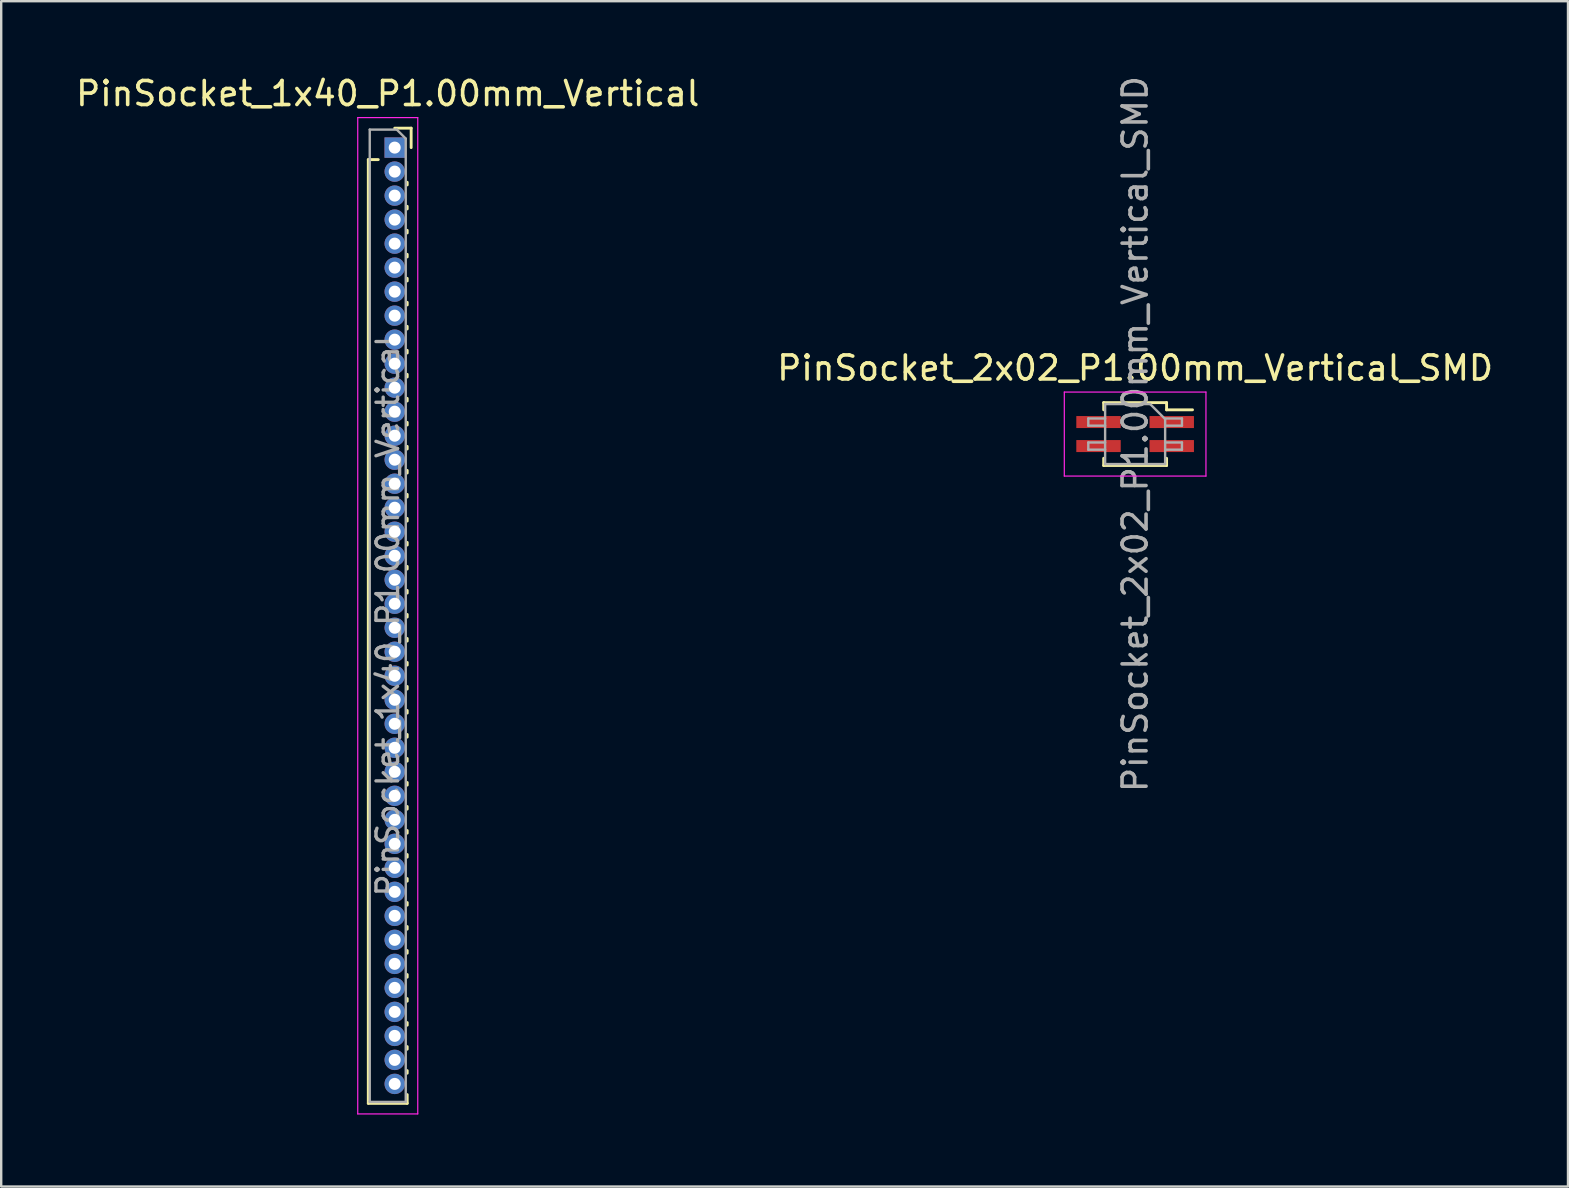
<source format=kicad_pcb>
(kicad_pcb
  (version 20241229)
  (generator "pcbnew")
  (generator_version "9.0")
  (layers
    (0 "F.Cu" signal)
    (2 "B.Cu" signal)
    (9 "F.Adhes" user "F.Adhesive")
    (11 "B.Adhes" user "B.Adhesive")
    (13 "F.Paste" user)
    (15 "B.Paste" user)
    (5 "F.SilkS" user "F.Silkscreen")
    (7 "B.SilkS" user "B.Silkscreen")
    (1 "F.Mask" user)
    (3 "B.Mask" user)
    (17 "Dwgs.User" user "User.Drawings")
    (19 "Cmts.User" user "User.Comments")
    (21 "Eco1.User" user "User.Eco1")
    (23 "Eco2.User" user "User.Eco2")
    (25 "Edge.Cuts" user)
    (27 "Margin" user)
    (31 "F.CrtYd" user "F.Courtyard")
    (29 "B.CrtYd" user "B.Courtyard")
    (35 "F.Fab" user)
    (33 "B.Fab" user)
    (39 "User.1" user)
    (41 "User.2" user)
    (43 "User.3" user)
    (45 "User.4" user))
  (footprint "PinSocket_2x02_P1.00mm_Vertical_SMD"
    (layer "F.Cu")
    (at 44.232 15.03)
    (property "Reference" "PinSocket_2x02_P1.00mm_Vertical_SMD" (at 0 -2.75 0) (layer "F.SilkS") (effects (font (size 1 1) (thickness 0.15))))
    (attr smd)
    (fp_line (start -1.31 -1.31) (end -1.31 -1.01) (stroke (width 0.12) (type solid)) (layer "F.SilkS"))
    (fp_line (start -1.31 -1.31) (end 1.31 -1.31) (stroke (width 0.12) (type solid)) (layer "F.SilkS"))
    (fp_line (start -1.31 1.01) (end -1.31 1.31) (stroke (width 0.12) (type solid)) (layer "F.SilkS"))
    (fp_line (start -1.31 1.31) (end 1.31 1.31) (stroke (width 0.12) (type solid)) (layer "F.SilkS"))
    (fp_line (start 1.31 -1.31) (end 1.31 -1.01) (stroke (width 0.12) (type solid)) (layer "F.SilkS"))
    (fp_line (start 1.31 -1.01) (end 2.39 -1.01) (stroke (width 0.12) (type solid)) (layer "F.SilkS"))
    (fp_line (start 1.31 1.01) (end 1.31 1.31) (stroke (width 0.12) (type solid)) (layer "F.SilkS"))
    (fp_line (start -2.95 -1.75) (end 2.95 -1.75) (stroke (width 0.05) (type solid)) (layer "F.CrtYd"))
    (fp_line (start -2.95 1.75) (end -2.95 -1.75) (stroke (width 0.05) (type solid)) (layer "F.CrtYd"))
    (fp_line (start 2.95 -1.75) (end 2.95 1.75) (stroke (width 0.05) (type solid)) (layer "F.CrtYd"))
    (fp_line (start 2.95 1.75) (end -2.95 1.75) (stroke (width 0.05) (type solid)) (layer "F.CrtYd"))
    (fp_line (start -1.95 -0.65) (end -1.25 -0.65) (stroke (width 0.1) (type solid)) (layer "F.Fab"))
    (fp_line (start -1.95 -0.35) (end -1.95 -0.65) (stroke (width 0.1) (type solid)) (layer "F.Fab"))
    (fp_line (start -1.95 0.35) (end -1.25 0.35) (stroke (width 0.1) (type solid)) (layer "F.Fab"))
    (fp_line (start -1.95 0.65) (end -1.95 0.35) (stroke (width 0.1) (type solid)) (layer "F.Fab"))
    (fp_line (start -1.25 -1.25) (end 0.625 -1.25) (stroke (width 0.1) (type solid)) (layer "F.Fab"))
    (fp_line (start -1.25 -0.35) (end -1.95 -0.35) (stroke (width 0.1) (type solid)) (layer "F.Fab"))
    (fp_line (start -1.25 0.65) (end -1.95 0.65) (stroke (width 0.1) (type solid)) (layer "F.Fab"))
    (fp_line (start -1.25 1.25) (end -1.25 -1.25) (stroke (width 0.1) (type solid)) (layer "F.Fab"))
    (fp_line (start 0.625 -1.25) (end 1.25 -0.625) (stroke (width 0.1) (type solid)) (layer "F.Fab"))
    (fp_line (start 1.25 -0.65) (end 1.95 -0.65) (stroke (width 0.1) (type solid)) (layer "F.Fab"))
    (fp_line (start 1.25 -0.625) (end 1.25 1.25) (stroke (width 0.1) (type solid)) (layer "F.Fab"))
    (fp_line (start 1.25 0.35) (end 1.95 0.35) (stroke (width 0.1) (type solid)) (layer "F.Fab"))
    (fp_line (start 1.25 1.25) (end -1.25 1.25) (stroke (width 0.1) (type solid)) (layer "F.Fab"))
    (fp_line (start 1.95 -0.65) (end 1.95 -0.35) (stroke (width 0.1) (type solid)) (layer "F.Fab"))
    (fp_line (start 1.95 -0.35) (end 1.25 -0.35) (stroke (width 0.1) (type solid)) (layer "F.Fab"))
    (fp_line (start 1.95 0.35) (end 1.95 0.65) (stroke (width 0.1) (type solid)) (layer "F.Fab"))
    (fp_line (start 1.95 0.65) (end 1.25 0.65) (stroke (width 0.1) (type solid)) (layer "F.Fab"))
    (fp_text user "${REFERENCE}" (at 0 0 90) (layer "F.Fab") (effects (font (size 1 1) (thickness 0.15))))
    (pad "1" smd rect (at 1.525 -0.5) (size 1.85 0.5) (layers "F.Cu" "F.Mask" "F.Paste"))
    (pad "2" smd rect (at -1.525 -0.5) (size 1.85 0.5) (layers "F.Cu" "F.Mask" "F.Paste"))
    (pad "3" smd rect (at 1.525 0.5) (size 1.85 0.5) (layers "F.Cu" "F.Mask" "F.Paste"))
    (pad "4" smd rect (at -1.525 0.5) (size 1.85 0.5) (layers "F.Cu" "F.Mask" "F.Paste")))
  (footprint "PinSocket_1x40_P1.00mm_Vertical"
    (layer "F.Cu")
    (at 13.391 3.098)
    (property "Reference" "PinSocket_1x40_P1.00mm_Vertical" (at -0.29 -2.25 0) (layer "F.SilkS") (effects (font (size 1 1) (thickness 0.15))))
    (attr through_hole)
    (fp_line (start -1.1 0.5) (end -1.1 39.81) (stroke (width 0.12) (type solid)) (layer "F.SilkS"))
    (fp_line (start -1.1 0.5) (end -0.685 0.5) (stroke (width 0.12) (type solid)) (layer "F.SilkS"))
    (fp_line (start -1.1 39.81) (end 0.52 39.81) (stroke (width 0.12) (type solid)) (layer "F.SilkS"))
    (fp_line (start 0 -0.81) (end 0.685 -0.81) (stroke (width 0.12) (type solid)) (layer "F.SilkS"))
    (fp_line (start 0.52 1.446) (end 0.52 1.554) (stroke (width 0.12) (type solid)) (layer "F.SilkS"))
    (fp_line (start 0.52 2.446) (end 0.52 2.554) (stroke (width 0.12) (type solid)) (layer "F.SilkS"))
    (fp_line (start 0.52 3.446) (end 0.52 3.554) (stroke (width 0.12) (type solid)) (layer "F.SilkS"))
    (fp_line (start 0.52 4.446) (end 0.52 4.554) (stroke (width 0.12) (type solid)) (layer "F.SilkS"))
    (fp_line (start 0.52 5.446) (end 0.52 5.554) (stroke (width 0.12) (type solid)) (layer "F.SilkS"))
    (fp_line (start 0.52 6.446) (end 0.52 6.554) (stroke (width 0.12) (type solid)) (layer "F.SilkS"))
    (fp_line (start 0.52 7.446) (end 0.52 7.554) (stroke (width 0.12) (type solid)) (layer "F.SilkS"))
    (fp_line (start 0.52 8.446) (end 0.52 8.554) (stroke (width 0.12) (type solid)) (layer "F.SilkS"))
    (fp_line (start 0.52 9.446) (end 0.52 9.554) (stroke (width 0.12) (type solid)) (layer "F.SilkS"))
    (fp_line (start 0.52 10.446) (end 0.52 10.554) (stroke (width 0.12) (type solid)) (layer "F.SilkS"))
    (fp_line (start 0.52 11.446) (end 0.52 11.554) (stroke (width 0.12) (type solid)) (layer "F.SilkS"))
    (fp_line (start 0.52 12.446) (end 0.52 12.554) (stroke (width 0.12) (type solid)) (layer "F.SilkS"))
    (fp_line (start 0.52 13.446) (end 0.52 13.554) (stroke (width 0.12) (type solid)) (layer "F.SilkS"))
    (fp_line (start 0.52 14.446) (end 0.52 14.554) (stroke (width 0.12) (type solid)) (layer "F.SilkS"))
    (fp_line (start 0.52 15.446) (end 0.52 15.554) (stroke (width 0.12) (type solid)) (layer "F.SilkS"))
    (fp_line (start 0.52 16.446) (end 0.52 16.554) (stroke (width 0.12) (type solid)) (layer "F.SilkS"))
    (fp_line (start 0.52 17.446) (end 0.52 17.554) (stroke (width 0.12) (type solid)) (layer "F.SilkS"))
    (fp_line (start 0.52 18.446) (end 0.52 18.554) (stroke (width 0.12) (type solid)) (layer "F.SilkS"))
    (fp_line (start 0.52 19.446) (end 0.52 19.554) (stroke (width 0.12) (type solid)) (layer "F.SilkS"))
    (fp_line (start 0.52 20.446) (end 0.52 20.554) (stroke (width 0.12) (type solid)) (layer "F.SilkS"))
    (fp_line (start 0.52 21.446) (end 0.52 21.554) (stroke (width 0.12) (type solid)) (layer "F.SilkS"))
    (fp_line (start 0.52 22.446) (end 0.52 22.554) (stroke (width 0.12) (type solid)) (layer "F.SilkS"))
    (fp_line (start 0.52 23.446) (end 0.52 23.554) (stroke (width 0.12) (type solid)) (layer "F.SilkS"))
    (fp_line (start 0.52 24.446) (end 0.52 24.554) (stroke (width 0.12) (type solid)) (layer "F.SilkS"))
    (fp_line (start 0.52 25.446) (end 0.52 25.554) (stroke (width 0.12) (type solid)) (layer "F.SilkS"))
    (fp_line (start 0.52 26.446) (end 0.52 26.554) (stroke (width 0.12) (type solid)) (layer "F.SilkS"))
    (fp_line (start 0.52 27.446) (end 0.52 27.554) (stroke (width 0.12) (type solid)) (layer "F.SilkS"))
    (fp_line (start 0.52 28.446) (end 0.52 28.554) (stroke (width 0.12) (type solid)) (layer "F.SilkS"))
    (fp_line (start 0.52 29.446) (end 0.52 29.554) (stroke (width 0.12) (type solid)) (layer "F.SilkS"))
    (fp_line (start 0.52 30.446) (end 0.52 30.554) (stroke (width 0.12) (type solid)) (layer "F.SilkS"))
    (fp_line (start 0.52 31.446) (end 0.52 31.554) (stroke (width 0.12) (type solid)) (layer "F.SilkS"))
    (fp_line (start 0.52 32.446) (end 0.52 32.554) (stroke (width 0.12) (type solid)) (layer "F.SilkS"))
    (fp_line (start 0.52 33.446) (end 0.52 33.554) (stroke (width 0.12) (type solid)) (layer "F.SilkS"))
    (fp_line (start 0.52 34.446) (end 0.52 34.554) (stroke (width 0.12) (type solid)) (layer "F.SilkS"))
    (fp_line (start 0.52 35.446) (end 0.52 35.554) (stroke (width 0.12) (type solid)) (layer "F.SilkS"))
    (fp_line (start 0.52 36.446) (end 0.52 36.554) (stroke (width 0.12) (type solid)) (layer "F.SilkS"))
    (fp_line (start 0.52 37.446) (end 0.52 37.554) (stroke (width 0.12) (type solid)) (layer "F.SilkS"))
    (fp_line (start 0.52 38.446) (end 0.52 38.554) (stroke (width 0.12) (type solid)) (layer "F.SilkS"))
    (fp_line (start 0.52 39.446) (end 0.52 39.81) (stroke (width 0.12) (type solid)) (layer "F.SilkS"))
    (fp_line (start 0.685 -0.81) (end 0.685 0) (stroke (width 0.12) (type solid)) (layer "F.SilkS"))
    (fp_line (start -1.54 -1.25) (end 0.96 -1.25) (stroke (width 0.05) (type solid)) (layer "F.CrtYd"))
    (fp_line (start -1.54 40.25) (end -1.54 -1.25) (stroke (width 0.05) (type solid)) (layer "F.CrtYd"))
    (fp_line (start 0.96 -1.25) (end 0.96 40.25) (stroke (width 0.05) (type solid)) (layer "F.CrtYd"))
    (fp_line (start 0.96 40.25) (end -1.54 40.25) (stroke (width 0.05) (type solid)) (layer "F.CrtYd"))
    (fp_line (start -1.04 -0.75) (end 0.085 -0.75) (stroke (width 0.1) (type solid)) (layer "F.Fab"))
    (fp_line (start -1.04 39.75) (end -1.04 -0.75) (stroke (width 0.1) (type solid)) (layer "F.Fab"))
    (fp_line (start 0.085 -0.75) (end 0.46 -0.375) (stroke (width 0.1) (type solid)) (layer "F.Fab"))
    (fp_line (start 0.46 -0.375) (end 0.46 39.75) (stroke (width 0.1) (type solid)) (layer "F.Fab"))
    (fp_line (start 0.46 39.75) (end -1.04 39.75) (stroke (width 0.1) (type solid)) (layer "F.Fab"))
    (fp_text user "${REFERENCE}" (at -0.29 19.5 90) (layer "F.Fab") (effects (font (size 0.9 0.9) (thickness 0.14))))
    (pad "1" thru_hole rect (at 0 0) (size 0.85 0.85) (drill 0.5) (layers "*.Cu" "*.Mask"))
    (pad "2" thru_hole oval (at 0 1) (size 0.85 0.85) (drill 0.5) (layers "*.Cu" "*.Mask"))
    (pad "3" thru_hole oval (at 0 2) (size 0.85 0.85) (drill 0.5) (layers "*.Cu" "*.Mask"))
    (pad "4" thru_hole oval (at 0 3) (size 0.85 0.85) (drill 0.5) (layers "*.Cu" "*.Mask"))
    (pad "5" thru_hole oval (at 0 4) (size 0.85 0.85) (drill 0.5) (layers "*.Cu" "*.Mask"))
    (pad "6" thru_hole oval (at 0 5) (size 0.85 0.85) (drill 0.5) (layers "*.Cu" "*.Mask"))
    (pad "7" thru_hole oval (at 0 6) (size 0.85 0.85) (drill 0.5) (layers "*.Cu" "*.Mask"))
    (pad "8" thru_hole oval (at 0 7) (size 0.85 0.85) (drill 0.5) (layers "*.Cu" "*.Mask"))
    (pad "9" thru_hole oval (at 0 8) (size 0.85 0.85) (drill 0.5) (layers "*.Cu" "*.Mask"))
    (pad "10" thru_hole oval (at 0 9) (size 0.85 0.85) (drill 0.5) (layers "*.Cu" "*.Mask"))
    (pad "11" thru_hole oval (at 0 10) (size 0.85 0.85) (drill 0.5) (layers "*.Cu" "*.Mask"))
    (pad "12" thru_hole oval (at 0 11) (size 0.85 0.85) (drill 0.5) (layers "*.Cu" "*.Mask"))
    (pad "13" thru_hole oval (at 0 12) (size 0.85 0.85) (drill 0.5) (layers "*.Cu" "*.Mask"))
    (pad "14" thru_hole oval (at 0 13) (size 0.85 0.85) (drill 0.5) (layers "*.Cu" "*.Mask"))
    (pad "15" thru_hole oval (at 0 14) (size 0.85 0.85) (drill 0.5) (layers "*.Cu" "*.Mask"))
    (pad "16" thru_hole oval (at 0 15) (size 0.85 0.85) (drill 0.5) (layers "*.Cu" "*.Mask"))
    (pad "17" thru_hole oval (at 0 16) (size 0.85 0.85) (drill 0.5) (layers "*.Cu" "*.Mask"))
    (pad "18" thru_hole oval (at 0 17) (size 0.85 0.85) (drill 0.5) (layers "*.Cu" "*.Mask"))
    (pad "19" thru_hole oval (at 0 18) (size 0.85 0.85) (drill 0.5) (layers "*.Cu" "*.Mask"))
    (pad "20" thru_hole oval (at 0 19) (size 0.85 0.85) (drill 0.5) (layers "*.Cu" "*.Mask"))
    (pad "21" thru_hole oval (at 0 20) (size 0.85 0.85) (drill 0.5) (layers "*.Cu" "*.Mask"))
    (pad "22" thru_hole oval (at 0 21) (size 0.85 0.85) (drill 0.5) (layers "*.Cu" "*.Mask"))
    (pad "23" thru_hole oval (at 0 22) (size 0.85 0.85) (drill 0.5) (layers "*.Cu" "*.Mask"))
    (pad "24" thru_hole oval (at 0 23) (size 0.85 0.85) (drill 0.5) (layers "*.Cu" "*.Mask"))
    (pad "25" thru_hole oval (at 0 24) (size 0.85 0.85) (drill 0.5) (layers "*.Cu" "*.Mask"))
    (pad "26" thru_hole oval (at 0 25) (size 0.85 0.85) (drill 0.5) (layers "*.Cu" "*.Mask"))
    (pad "27" thru_hole oval (at 0 26) (size 0.85 0.85) (drill 0.5) (layers "*.Cu" "*.Mask"))
    (pad "28" thru_hole oval (at 0 27) (size 0.85 0.85) (drill 0.5) (layers "*.Cu" "*.Mask"))
    (pad "29" thru_hole oval (at 0 28) (size 0.85 0.85) (drill 0.5) (layers "*.Cu" "*.Mask"))
    (pad "30" thru_hole oval (at 0 29) (size 0.85 0.85) (drill 0.5) (layers "*.Cu" "*.Mask"))
    (pad "31" thru_hole oval (at 0 30) (size 0.85 0.85) (drill 0.5) (layers "*.Cu" "*.Mask"))
    (pad "32" thru_hole oval (at 0 31) (size 0.85 0.85) (drill 0.5) (layers "*.Cu" "*.Mask"))
    (pad "33" thru_hole oval (at 0 32) (size 0.85 0.85) (drill 0.5) (layers "*.Cu" "*.Mask"))
    (pad "34" thru_hole oval (at 0 33) (size 0.85 0.85) (drill 0.5) (layers "*.Cu" "*.Mask"))
    (pad "35" thru_hole oval (at 0 34) (size 0.85 0.85) (drill 0.5) (layers "*.Cu" "*.Mask"))
    (pad "36" thru_hole oval (at 0 35) (size 0.85 0.85) (drill 0.5) (layers "*.Cu" "*.Mask"))
    (pad "37" thru_hole oval (at 0 36) (size 0.85 0.85) (drill 0.5) (layers "*.Cu" "*.Mask"))
    (pad "38" thru_hole oval (at 0 37) (size 0.85 0.85) (drill 0.5) (layers "*.Cu" "*.Mask"))
    (pad "39" thru_hole oval (at 0 38) (size 0.85 0.85) (drill 0.5) (layers "*.Cu" "*.Mask"))
    (pad "40" thru_hole oval (at 0 39) (size 0.85 0.85) (drill 0.5) (layers "*.Cu" "*.Mask")))
  (gr_rect
    (start -3 -3)
    (end 62.262 46.373)
    (stroke (width 0.1) (type default))
    (fill no)
    (layer "Edge.Cuts")))
</source>
